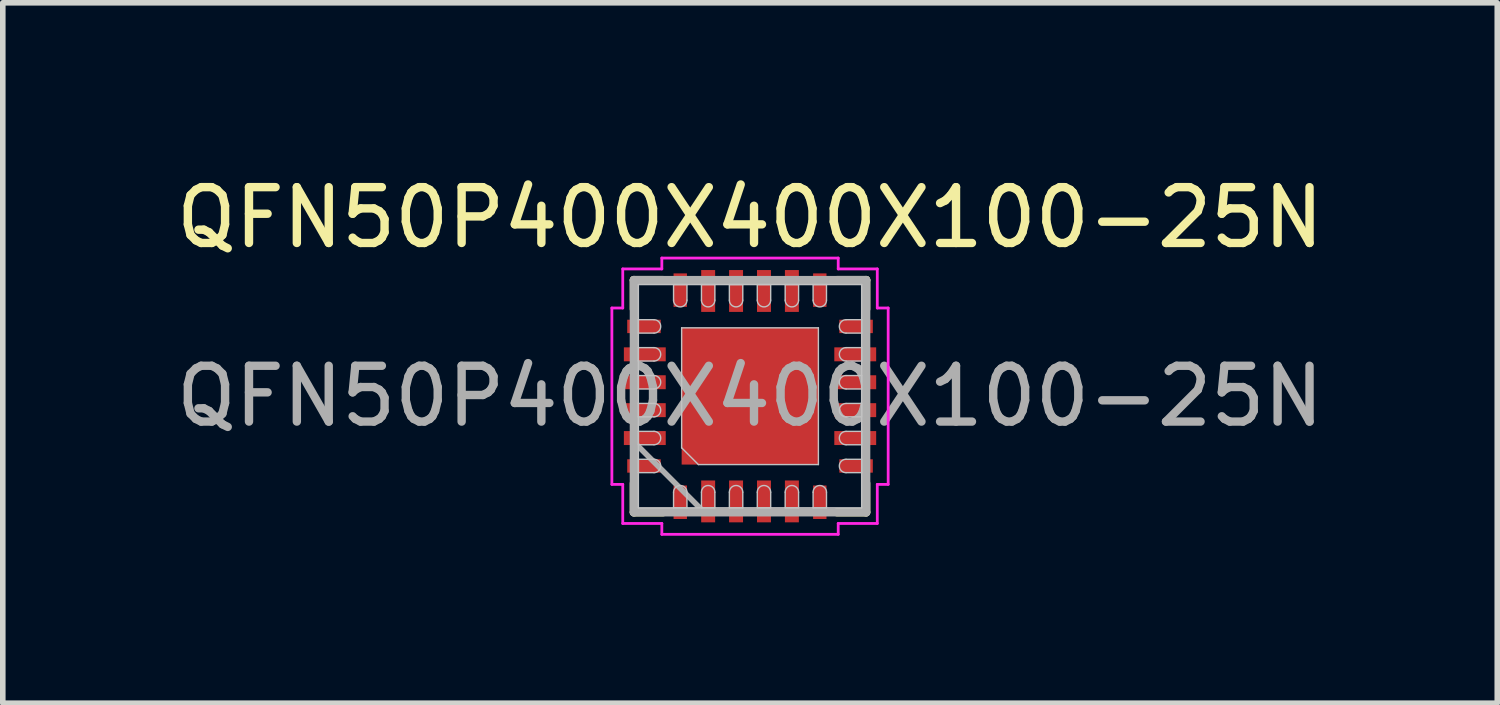
<source format=kicad_pcb>
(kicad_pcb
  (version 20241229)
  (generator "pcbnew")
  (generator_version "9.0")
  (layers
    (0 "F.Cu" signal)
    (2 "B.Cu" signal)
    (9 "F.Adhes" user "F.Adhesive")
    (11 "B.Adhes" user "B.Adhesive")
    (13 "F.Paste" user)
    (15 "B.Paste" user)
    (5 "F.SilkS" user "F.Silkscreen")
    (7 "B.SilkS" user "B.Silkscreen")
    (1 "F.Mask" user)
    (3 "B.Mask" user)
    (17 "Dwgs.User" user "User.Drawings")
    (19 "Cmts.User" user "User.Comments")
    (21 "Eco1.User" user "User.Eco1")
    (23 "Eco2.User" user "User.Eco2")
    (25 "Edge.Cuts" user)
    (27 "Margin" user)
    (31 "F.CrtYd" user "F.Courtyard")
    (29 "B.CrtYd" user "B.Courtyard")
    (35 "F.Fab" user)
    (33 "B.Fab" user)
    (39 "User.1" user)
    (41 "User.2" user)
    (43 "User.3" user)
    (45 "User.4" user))
  (footprint "QFN50P400X400X100-25N"
    (layer "F.Cu")
    (at 10.387 4.048)
    (property "Reference" "QFN50P400X400X100-25N" (at 0 0 0) (layer "F.Fab") (effects (font (size 1 1) (thickness 0.15))))
    (attr smd)
    (fp_line (start -2.08 -2.08) (end -2.08 -1.56) (stroke (width 0.15) (type solid)) (layer "F.SilkS"))
    (fp_line (start -2.08 2.08) (end -2.08 1.56) (stroke (width 0.15) (type solid)) (layer "F.SilkS"))
    (fp_line (start -1.56 -2.08) (end -2.08 -2.08) (stroke (width 0.15) (type solid)) (layer "F.SilkS"))
    (fp_line (start -1.56 2.08) (end -2.08 2.08) (stroke (width 0.15) (type solid)) (layer "F.SilkS"))
    (fp_line (start 1.56 -2.08) (end 2.08 -2.08) (stroke (width 0.15) (type solid)) (layer "F.SilkS"))
    (fp_line (start 1.56 2.08) (end 2.08 2.08) (stroke (width 0.15) (type solid)) (layer "F.SilkS"))
    (fp_line (start 2.08 -2.08) (end 2.08 -1.56) (stroke (width 0.15) (type solid)) (layer "F.SilkS"))
    (fp_line (start 2.08 2.08) (end 2.08 1.56) (stroke (width 0.15) (type solid)) (layer "F.SilkS"))
    (fp_line (start -2 -2) (end 2 -2) (stroke (width 0.025) (type solid)) (layer "Dwgs.User"))
    (fp_line (start -2 -1.37) (end -2 -1.13) (stroke (width 0.025) (type solid)) (layer "Dwgs.User"))
    (fp_line (start -2 -1.13) (end -1.72 -1.13) (stroke (width 0.025) (type solid)) (layer "Dwgs.User"))
    (fp_line (start -2 -0.87) (end -2 -0.63) (stroke (width 0.025) (type solid)) (layer "Dwgs.User"))
    (fp_line (start -2 -0.63) (end -1.72 -0.63) (stroke (width 0.025) (type solid)) (layer "Dwgs.User"))
    (fp_line (start -2 -0.37) (end -2 -0.13) (stroke (width 0.025) (type solid)) (layer "Dwgs.User"))
    (fp_line (start -2 -0.13) (end -1.72 -0.13) (stroke (width 0.025) (type solid)) (layer "Dwgs.User"))
    (fp_line (start -2 0.13) (end -2 0.37) (stroke (width 0.025) (type solid)) (layer "Dwgs.User"))
    (fp_line (start -2 0.37) (end -1.72 0.37) (stroke (width 0.025) (type solid)) (layer "Dwgs.User"))
    (fp_line (start -2 0.63) (end -2 0.87) (stroke (width 0.025) (type solid)) (layer "Dwgs.User"))
    (fp_line (start -2 0.87) (end -1.72 0.87) (stroke (width 0.025) (type solid)) (layer "Dwgs.User"))
    (fp_line (start -2 1.13) (end -2 1.37) (stroke (width 0.025) (type solid)) (layer "Dwgs.User"))
    (fp_line (start -2 1.37) (end -1.72 1.37) (stroke (width 0.025) (type solid)) (layer "Dwgs.User"))
    (fp_line (start -2 2) (end -2 -2) (stroke (width 0.025) (type solid)) (layer "Dwgs.User"))
    (fp_line (start -1.72 -1.37) (end -2 -1.37) (stroke (width 0.025) (type solid)) (layer "Dwgs.User"))
    (fp_line (start -1.72 -0.87) (end -2 -0.87) (stroke (width 0.025) (type solid)) (layer "Dwgs.User"))
    (fp_line (start -1.72 -0.37) (end -2 -0.37) (stroke (width 0.025) (type solid)) (layer "Dwgs.User"))
    (fp_line (start -1.72 0.13) (end -2 0.13) (stroke (width 0.025) (type solid)) (layer "Dwgs.User"))
    (fp_line (start -1.72 0.63) (end -2 0.63) (stroke (width 0.025) (type solid)) (layer "Dwgs.User"))
    (fp_line (start -1.72 1.13) (end -2 1.13) (stroke (width 0.025) (type solid)) (layer "Dwgs.User"))
    (fp_line (start -1.37 -2) (end -1.37 -1.72) (stroke (width 0.025) (type solid)) (layer "Dwgs.User"))
    (fp_line (start -1.37 1.72) (end -1.37 2) (stroke (width 0.025) (type solid)) (layer "Dwgs.User"))
    (fp_line (start -1.37 2) (end -1.13 2) (stroke (width 0.025) (type solid)) (layer "Dwgs.User"))
    (fp_line (start -1.225 -1.225) (end -1.225 0.925) (stroke (width 0.025) (type solid)) (layer "Dwgs.User"))
    (fp_line (start -1.225 0.925) (end -0.925 1.225) (stroke (width 0.025) (type solid)) (layer "Dwgs.User"))
    (fp_line (start -1.13 -2) (end -1.37 -2) (stroke (width 0.025) (type solid)) (layer "Dwgs.User"))
    (fp_line (start -1.13 -1.72) (end -1.13 -2) (stroke (width 0.025) (type solid)) (layer "Dwgs.User"))
    (fp_line (start -1.13 2) (end -1.13 1.72) (stroke (width 0.025) (type solid)) (layer "Dwgs.User"))
    (fp_line (start -0.925 1.225) (end 1.225 1.225) (stroke (width 0.025) (type solid)) (layer "Dwgs.User"))
    (fp_line (start -0.87 -2) (end -0.87 -1.72) (stroke (width 0.025) (type solid)) (layer "Dwgs.User"))
    (fp_line (start -0.87 1.72) (end -0.87 2) (stroke (width 0.025) (type solid)) (layer "Dwgs.User"))
    (fp_line (start -0.87 2) (end -0.63 2) (stroke (width 0.025) (type solid)) (layer "Dwgs.User"))
    (fp_line (start -0.63 -2) (end -0.87 -2) (stroke (width 0.025) (type solid)) (layer "Dwgs.User"))
    (fp_line (start -0.63 -1.72) (end -0.63 -2) (stroke (width 0.025) (type solid)) (layer "Dwgs.User"))
    (fp_line (start -0.63 2) (end -0.63 1.72) (stroke (width 0.025) (type solid)) (layer "Dwgs.User"))
    (fp_line (start -0.37 -2) (end -0.37 -1.72) (stroke (width 0.025) (type solid)) (layer "Dwgs.User"))
    (fp_line (start -0.37 1.72) (end -0.37 2) (stroke (width 0.025) (type solid)) (layer "Dwgs.User"))
    (fp_line (start -0.37 2) (end -0.13 2) (stroke (width 0.025) (type solid)) (layer "Dwgs.User"))
    (fp_line (start -0.13 -2) (end -0.37 -2) (stroke (width 0.025) (type solid)) (layer "Dwgs.User"))
    (fp_line (start -0.13 -1.72) (end -0.13 -2) (stroke (width 0.025) (type solid)) (layer "Dwgs.User"))
    (fp_line (start -0.13 2) (end -0.13 1.72) (stroke (width 0.025) (type solid)) (layer "Dwgs.User"))
    (fp_line (start 0.13 -2) (end 0.13 -1.72) (stroke (width 0.025) (type solid)) (layer "Dwgs.User"))
    (fp_line (start 0.13 1.72) (end 0.13 2) (stroke (width 0.025) (type solid)) (layer "Dwgs.User"))
    (fp_line (start 0.13 2) (end 0.37 2) (stroke (width 0.025) (type solid)) (layer "Dwgs.User"))
    (fp_line (start 0.37 -2) (end 0.13 -2) (stroke (width 0.025) (type solid)) (layer "Dwgs.User"))
    (fp_line (start 0.37 -1.72) (end 0.37 -2) (stroke (width 0.025) (type solid)) (layer "Dwgs.User"))
    (fp_line (start 0.37 2) (end 0.37 1.72) (stroke (width 0.025) (type solid)) (layer "Dwgs.User"))
    (fp_line (start 0.63 -2) (end 0.63 -1.72) (stroke (width 0.025) (type solid)) (layer "Dwgs.User"))
    (fp_line (start 0.63 1.72) (end 0.63 2) (stroke (width 0.025) (type solid)) (layer "Dwgs.User"))
    (fp_line (start 0.63 2) (end 0.87 2) (stroke (width 0.025) (type solid)) (layer "Dwgs.User"))
    (fp_line (start 0.87 -2) (end 0.63 -2) (stroke (width 0.025) (type solid)) (layer "Dwgs.User"))
    (fp_line (start 0.87 -1.72) (end 0.87 -2) (stroke (width 0.025) (type solid)) (layer "Dwgs.User"))
    (fp_line (start 0.87 2) (end 0.87 1.72) (stroke (width 0.025) (type solid)) (layer "Dwgs.User"))
    (fp_line (start 1.13 -2) (end 1.13 -1.72) (stroke (width 0.025) (type solid)) (layer "Dwgs.User"))
    (fp_line (start 1.13 1.72) (end 1.13 2) (stroke (width 0.025) (type solid)) (layer "Dwgs.User"))
    (fp_line (start 1.13 2) (end 1.37 2) (stroke (width 0.025) (type solid)) (layer "Dwgs.User"))
    (fp_line (start 1.225 -1.225) (end -1.225 -1.225) (stroke (width 0.025) (type solid)) (layer "Dwgs.User"))
    (fp_line (start 1.225 1.225) (end 1.225 -1.225) (stroke (width 0.025) (type solid)) (layer "Dwgs.User"))
    (fp_line (start 1.37 -2) (end 1.13 -2) (stroke (width 0.025) (type solid)) (layer "Dwgs.User"))
    (fp_line (start 1.37 -1.72) (end 1.37 -2) (stroke (width 0.025) (type solid)) (layer "Dwgs.User"))
    (fp_line (start 1.37 2) (end 1.37 1.72) (stroke (width 0.025) (type solid)) (layer "Dwgs.User"))
    (fp_line (start 1.72 -1.13) (end 2 -1.13) (stroke (width 0.025) (type solid)) (layer "Dwgs.User"))
    (fp_line (start 1.72 -0.63) (end 2 -0.63) (stroke (width 0.025) (type solid)) (layer "Dwgs.User"))
    (fp_line (start 1.72 -0.13) (end 2 -0.13) (stroke (width 0.025) (type solid)) (layer "Dwgs.User"))
    (fp_line (start 1.72 0.37) (end 2 0.37) (stroke (width 0.025) (type solid)) (layer "Dwgs.User"))
    (fp_line (start 1.72 0.87) (end 2 0.87) (stroke (width 0.025) (type solid)) (layer "Dwgs.User"))
    (fp_line (start 1.72 1.37) (end 2 1.37) (stroke (width 0.025) (type solid)) (layer "Dwgs.User"))
    (fp_line (start 2 -2) (end 2 2) (stroke (width 0.025) (type solid)) (layer "Dwgs.User"))
    (fp_line (start 2 -1.37) (end 1.72 -1.37) (stroke (width 0.025) (type solid)) (layer "Dwgs.User"))
    (fp_line (start 2 -1.13) (end 2 -1.37) (stroke (width 0.025) (type solid)) (layer "Dwgs.User"))
    (fp_line (start 2 -0.87) (end 1.72 -0.87) (stroke (width 0.025) (type solid)) (layer "Dwgs.User"))
    (fp_line (start 2 -0.63) (end 2 -0.87) (stroke (width 0.025) (type solid)) (layer "Dwgs.User"))
    (fp_line (start 2 -0.37) (end 1.72 -0.37) (stroke (width 0.025) (type solid)) (layer "Dwgs.User"))
    (fp_line (start 2 -0.13) (end 2 -0.37) (stroke (width 0.025) (type solid)) (layer "Dwgs.User"))
    (fp_line (start 2 0.13) (end 1.72 0.13) (stroke (width 0.025) (type solid)) (layer "Dwgs.User"))
    (fp_line (start 2 0.37) (end 2 0.13) (stroke (width 0.025) (type solid)) (layer "Dwgs.User"))
    (fp_line (start 2 0.63) (end 1.72 0.63) (stroke (width 0.025) (type solid)) (layer "Dwgs.User"))
    (fp_line (start 2 0.87) (end 2 0.63) (stroke (width 0.025) (type solid)) (layer "Dwgs.User"))
    (fp_line (start 2 1.13) (end 1.72 1.13) (stroke (width 0.025) (type solid)) (layer "Dwgs.User"))
    (fp_line (start 2 1.37) (end 2 1.13) (stroke (width 0.025) (type solid)) (layer "Dwgs.User"))
    (fp_line (start 2 2) (end -2 2) (stroke (width 0.025) (type solid)) (layer "Dwgs.User"))
    (fp_arc (start -1.72 -1.37) (mid -1.6 -1.25) (end -1.72 -1.13) (stroke (width 0.025) (type solid)) (layer "Dwgs.User"))
    (fp_arc (start -1.72 -0.87) (mid -1.6 -0.75) (end -1.72 -0.63) (stroke (width 0.025) (type solid)) (layer "Dwgs.User"))
    (fp_arc (start -1.72 -0.37) (mid -1.6 -0.25) (end -1.72 -0.13) (stroke (width 0.025) (type solid)) (layer "Dwgs.User"))
    (fp_arc (start -1.72 0.13) (mid -1.6 0.25) (end -1.72 0.37) (stroke (width 0.025) (type solid)) (layer "Dwgs.User"))
    (fp_arc (start -1.72 0.63) (mid -1.6 0.75) (end -1.72 0.87) (stroke (width 0.025) (type solid)) (layer "Dwgs.User"))
    (fp_arc (start -1.72 1.13) (mid -1.6 1.25) (end -1.72 1.37) (stroke (width 0.025) (type solid)) (layer "Dwgs.User"))
    (fp_arc (start -1.37 1.72) (mid -1.25 1.6) (end -1.13 1.72) (stroke (width 0.025) (type solid)) (layer "Dwgs.User"))
    (fp_arc (start -1.13 -1.72) (mid -1.25 -1.6) (end -1.37 -1.72) (stroke (width 0.025) (type solid)) (layer "Dwgs.User"))
    (fp_arc (start -0.87 1.72) (mid -0.75 1.6) (end -0.63 1.72) (stroke (width 0.025) (type solid)) (layer "Dwgs.User"))
    (fp_arc (start -0.63 -1.72) (mid -0.75 -1.6) (end -0.87 -1.72) (stroke (width 0.025) (type solid)) (layer "Dwgs.User"))
    (fp_arc (start -0.37 1.72) (mid -0.25 1.6) (end -0.13 1.72) (stroke (width 0.025) (type solid)) (layer "Dwgs.User"))
    (fp_arc (start -0.13 -1.72) (mid -0.25 -1.6) (end -0.37 -1.72) (stroke (width 0.025) (type solid)) (layer "Dwgs.User"))
    (fp_arc (start 0.13 1.72) (mid 0.25 1.6) (end 0.37 1.72) (stroke (width 0.025) (type solid)) (layer "Dwgs.User"))
    (fp_arc (start 0.37 -1.72) (mid 0.25 -1.6) (end 0.13 -1.72) (stroke (width 0.025) (type solid)) (layer "Dwgs.User"))
    (fp_arc (start 0.63 1.72) (mid 0.75 1.6) (end 0.87 1.72) (stroke (width 0.025) (type solid)) (layer "Dwgs.User"))
    (fp_arc (start 0.87 -1.72) (mid 0.75 -1.6) (end 0.63 -1.72) (stroke (width 0.025) (type solid)) (layer "Dwgs.User"))
    (fp_arc (start 1.13 1.72) (mid 1.25 1.6) (end 1.37 1.72) (stroke (width 0.025) (type solid)) (layer "Dwgs.User"))
    (fp_arc (start 1.37 -1.72) (mid 1.25 -1.6) (end 1.13 -1.72) (stroke (width 0.025) (type solid)) (layer "Dwgs.User"))
    (fp_arc (start 1.72 -1.13) (mid 1.6 -1.25) (end 1.72 -1.37) (stroke (width 0.025) (type solid)) (layer "Dwgs.User"))
    (fp_arc (start 1.72 -0.63) (mid 1.6 -0.75) (end 1.72 -0.87) (stroke (width 0.025) (type solid)) (layer "Dwgs.User"))
    (fp_arc (start 1.72 -0.13) (mid 1.6 -0.25) (end 1.72 -0.37) (stroke (width 0.025) (type solid)) (layer "Dwgs.User"))
    (fp_arc (start 1.72 0.37) (mid 1.6 0.25) (end 1.72 0.13) (stroke (width 0.025) (type solid)) (layer "Dwgs.User"))
    (fp_arc (start 1.72 0.87) (mid 1.6 0.75) (end 1.72 0.63) (stroke (width 0.025) (type solid)) (layer "Dwgs.User"))
    (fp_arc (start 1.72 1.37) (mid 1.6 1.25) (end 1.72 1.13) (stroke (width 0.025) (type solid)) (layer "Dwgs.User"))
    (fp_line (start -2.475 -1.58) (end -2.475 1.58) (stroke (width 0.05) (type solid)) (layer "F.CrtYd"))
    (fp_line (start -2.475 1.58) (end -2.28 1.58) (stroke (width 0.05) (type solid)) (layer "F.CrtYd"))
    (fp_line (start -2.28 -2.28) (end -2.28 -1.58) (stroke (width 0.05) (type solid)) (layer "F.CrtYd"))
    (fp_line (start -2.28 -1.58) (end -2.475 -1.58) (stroke (width 0.05) (type solid)) (layer "F.CrtYd"))
    (fp_line (start -2.28 1.58) (end -2.28 2.28) (stroke (width 0.05) (type solid)) (layer "F.CrtYd"))
    (fp_line (start -2.28 2.28) (end -1.58 2.28) (stroke (width 0.05) (type solid)) (layer "F.CrtYd"))
    (fp_line (start -1.58 -2.475) (end -1.58 -2.28) (stroke (width 0.05) (type solid)) (layer "F.CrtYd"))
    (fp_line (start -1.58 -2.28) (end -2.28 -2.28) (stroke (width 0.05) (type solid)) (layer "F.CrtYd"))
    (fp_line (start -1.58 2.28) (end -1.58 2.475) (stroke (width 0.05) (type solid)) (layer "F.CrtYd"))
    (fp_line (start -1.58 2.475) (end 1.58 2.475) (stroke (width 0.05) (type solid)) (layer "F.CrtYd"))
    (fp_line (start 1.58 -2.475) (end -1.58 -2.475) (stroke (width 0.05) (type solid)) (layer "F.CrtYd"))
    (fp_line (start 1.58 -2.28) (end 1.58 -2.475) (stroke (width 0.05) (type solid)) (layer "F.CrtYd"))
    (fp_line (start 1.58 2.28) (end 2.28 2.28) (stroke (width 0.05) (type solid)) (layer "F.CrtYd"))
    (fp_line (start 1.58 2.475) (end 1.58 2.28) (stroke (width 0.05) (type solid)) (layer "F.CrtYd"))
    (fp_line (start 2.28 -2.28) (end 1.58 -2.28) (stroke (width 0.05) (type solid)) (layer "F.CrtYd"))
    (fp_line (start 2.28 -1.58) (end 2.28 -2.28) (stroke (width 0.05) (type solid)) (layer "F.CrtYd"))
    (fp_line (start 2.28 1.58) (end 2.475 1.58) (stroke (width 0.05) (type solid)) (layer "F.CrtYd"))
    (fp_line (start 2.28 2.28) (end 2.28 1.58) (stroke (width 0.05) (type solid)) (layer "F.CrtYd"))
    (fp_line (start 2.475 -1.58) (end 2.28 -1.58) (stroke (width 0.05) (type solid)) (layer "F.CrtYd"))
    (fp_line (start 2.475 1.58) (end 2.475 -1.58) (stroke (width 0.05) (type solid)) (layer "F.CrtYd"))
    (fp_line (start -2.08 -2.08) (end 2.08 -2.08) (stroke (width 0.15) (type solid)) (layer "F.Fab"))
    (fp_line (start -2.08 2.08) (end -2.08 -2.08) (stroke (width 0.15) (type solid)) (layer "F.Fab"))
    (fp_line (start 2.08 -2.08) (end 2.08 2.08) (stroke (width 0.15) (type solid)) (layer "F.Fab"))
    (fp_line (start 2.08 2.08) (end -2.08 2.08) (stroke (width 0.15) (type solid)) (layer "F.Fab"))
    (fp_poly (pts (xy -0.85 2.05) (xy -2.05 2.05) (xy -2.05 0.85)) (stroke (width 0.1) (type solid)) (fill no) (layer "F.Fab"))
    (fp_text user "${REFERENCE}" (at 0 -3.2 0) (layer "F.SilkS") (effects (font (size 1 1) (thickness 0.15))))
    (pad "" smd rect (at -0.95 -0.95) (size 0.5 0.5) (layers "F.Paste"))
    (pad "" smd rect (at -0.95 0) (size 0.5 0.8) (layers "F.Paste"))
    (pad "" smd rect (at -0.95 0.95) (size 0.5 0.5) (layers "F.Paste"))
    (pad "" smd rect (at 0.05 -0.95) (size 0.8 0.5) (layers "F.Paste"))
    (pad "" smd rect (at 0.05 0 90) (size 0.8 0.8) (layers "F.Paste"))
    (pad "" smd rect (at 0.05 0.95) (size 0.8 0.5) (layers "F.Paste"))
    (pad "" smd rect (at 0.95 -0.95) (size 0.5 0.5) (layers "F.Paste"))
    (pad "" smd rect (at 0.95 0.95) (size 0.5 0.5) (layers "F.Paste"))
    (pad "" smd rect (at 1 0) (size 0.5 0.8) (layers "F.Paste"))
    (pad "1" smd rect (at -1.25 1.9 90) (size 0.6 0.24) (layers "F.Cu" "F.Mask" "F.Paste"))
    (pad "2" smd rect (at -0.75 1.885 90) (size 0.75 0.25) (layers "F.Cu" "F.Mask" "F.Paste"))
    (pad "3" smd rect (at -0.25 1.885 90) (size 0.75 0.25) (layers "F.Cu" "F.Mask" "F.Paste"))
    (pad "4" smd rect (at 0.25 1.885 90) (size 0.75 0.25) (layers "F.Cu" "F.Mask" "F.Paste"))
    (pad "5" smd rect (at 0.75 1.885 90) (size 0.75 0.25) (layers "F.Cu" "F.Mask" "F.Paste"))
    (pad "6" smd rect (at 1.25 1.9 90) (size 0.6 0.24) (layers "F.Cu" "F.Mask" "F.Paste"))
    (pad "7" smd rect (at 1.9 1.25) (size 0.6 0.24) (layers "F.Cu" "F.Mask" "F.Paste"))
    (pad "8" smd rect (at 1.885 0.75) (size 0.75 0.25) (layers "F.Cu" "F.Mask" "F.Paste"))
    (pad "9" smd rect (at 1.885 0.25) (size 0.75 0.25) (layers "F.Cu" "F.Mask" "F.Paste"))
    (pad "10" smd rect (at 1.885 -0.25) (size 0.75 0.25) (layers "F.Cu" "F.Mask" "F.Paste"))
    (pad "11" smd rect (at 1.885 -0.75) (size 0.75 0.25) (layers "F.Cu" "F.Mask" "F.Paste"))
    (pad "12" smd rect (at 1.9 -1.25) (size 0.6 0.24) (layers "F.Cu" "F.Mask" "F.Paste"))
    (pad "13" smd rect (at 1.25 -1.9 90) (size 0.6 0.24) (layers "F.Cu" "F.Mask" "F.Paste"))
    (pad "14" smd rect (at 0.75 -1.885 90) (size 0.75 0.25) (layers "F.Cu" "F.Mask" "F.Paste"))
    (pad "15" smd rect (at 0.25 -1.885 90) (size 0.75 0.25) (layers "F.Cu" "F.Mask" "F.Paste"))
    (pad "16" smd rect (at -0.25 -1.885 90) (size 0.75 0.25) (layers "F.Cu" "F.Mask" "F.Paste"))
    (pad "17" smd rect (at -0.75 -1.885 90) (size 0.75 0.25) (layers "F.Cu" "F.Mask" "F.Paste"))
    (pad "18" smd rect (at -1.25 -1.9 90) (size 0.6 0.24) (layers "F.Cu" "F.Mask" "F.Paste"))
    (pad "19" smd rect (at -1.9 -1.25) (size 0.6 0.24) (layers "F.Cu" "F.Mask" "F.Paste"))
    (pad "20" smd rect (at -1.885 -0.75) (size 0.75 0.25) (layers "F.Cu" "F.Mask" "F.Paste"))
    (pad "21" smd rect (at -1.885 -0.25) (size 0.75 0.25) (layers "F.Cu" "F.Mask" "F.Paste"))
    (pad "22" smd rect (at -1.885 0.25) (size 0.75 0.25) (layers "F.Cu" "F.Mask" "F.Paste"))
    (pad "23" smd rect (at -1.885 0.75) (size 0.75 0.25) (layers "F.Cu" "F.Mask" "F.Paste"))
    (pad "24" smd rect (at -1.9 1.25) (size 0.6 0.24) (layers "F.Cu" "F.Mask" "F.Paste"))
    (pad "25" smd rect (at 0 0) (size 2.45 2.45) (layers "F.Cu" "F.Mask")))
  (gr_rect
    (start -3 -3)
    (end 23.774 9.548)
    (stroke (width 0.1) (type default))
    (fill no)
    (layer "Edge.Cuts")))
</source>
